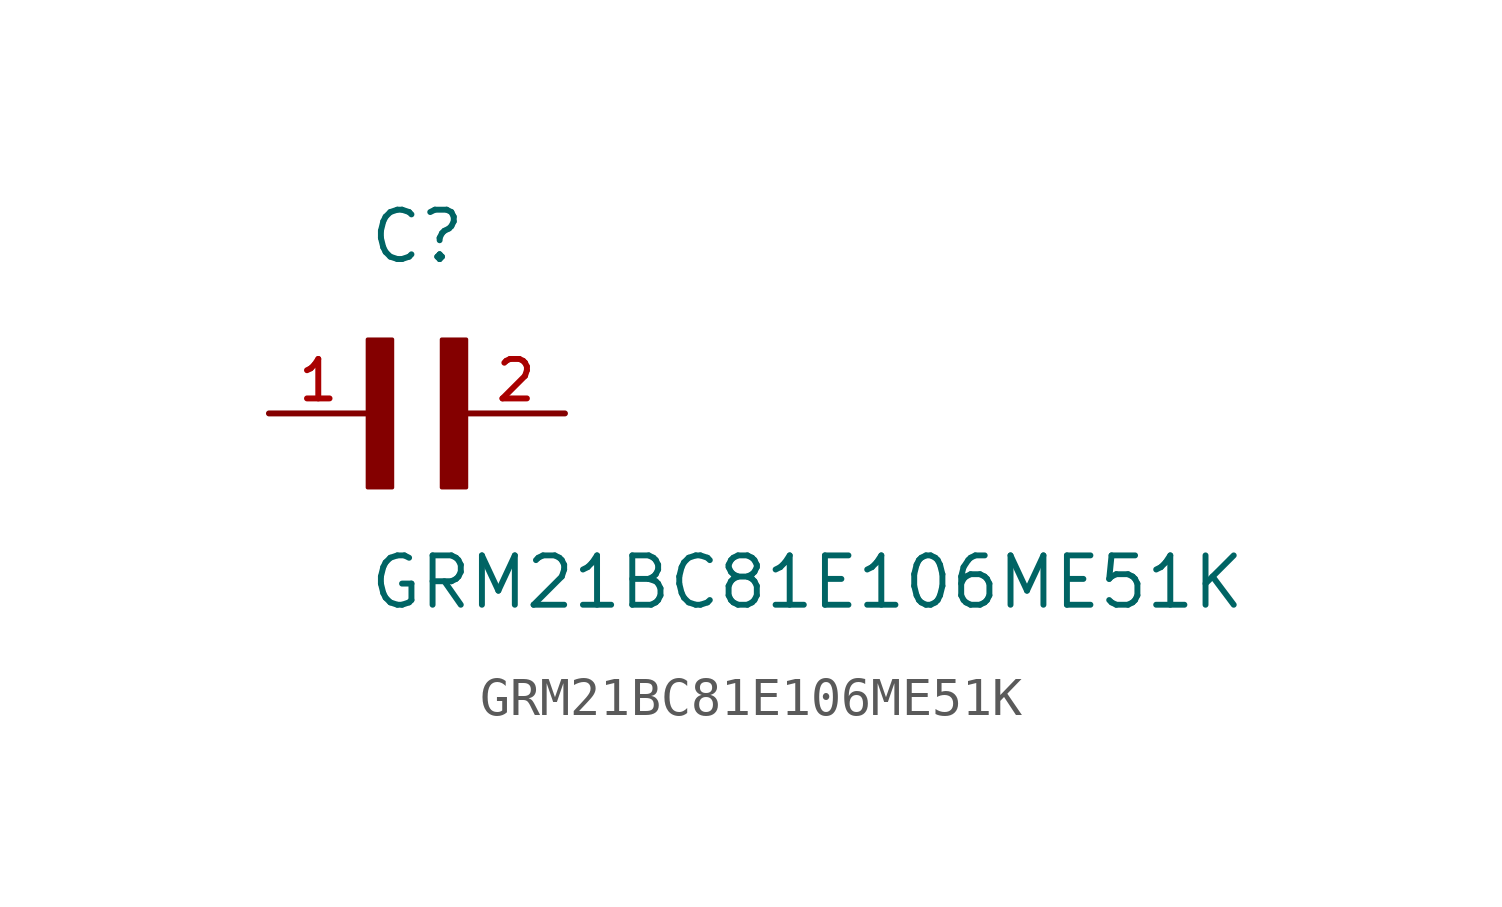
<source format=kicad_sym>
(kicad_symbol_lib
  (version 20211014)
  (generator kicad_symbol_editor)
  (symbol "GRM21BC81E106ME51K"
    (pin_names
      (offset 1.016))
    (property "Reference" "C"
      (at 0.0 3.811 0)
      (effects (font (size 1.27 1.27)) (justify bottom left)))
    (property "Value" "GRM21BC81E106ME51K"
      (at 0.0 -5.088 0)
      (effects (font (size 1.27 1.27)) (justify bottom left)))
    (symbol "GRM21BC81E106ME51K_0_0"
      (rectangle (start 0.0 -1.907) (end 0.635 1.905) (stroke (width 0.1)) (fill (type outline)))
      (rectangle (start 1.907 -1.907) (end 2.54 1.905) (stroke (width 0.1)) (fill (type outline)))
      (pin passive line (at 5.08 0.0 180.0) (length 2.54) (name "~" (effects (font (size 1.016 1.016)))) (number "2" (effects (font (size 1.016 1.016)))))
      (pin passive line (at -2.54 0.0 0) (length 2.54) (name "~" (effects (font (size 1.016 1.016)))) (number "1" (effects (font (size 1.016 1.016))))))))
</source>
